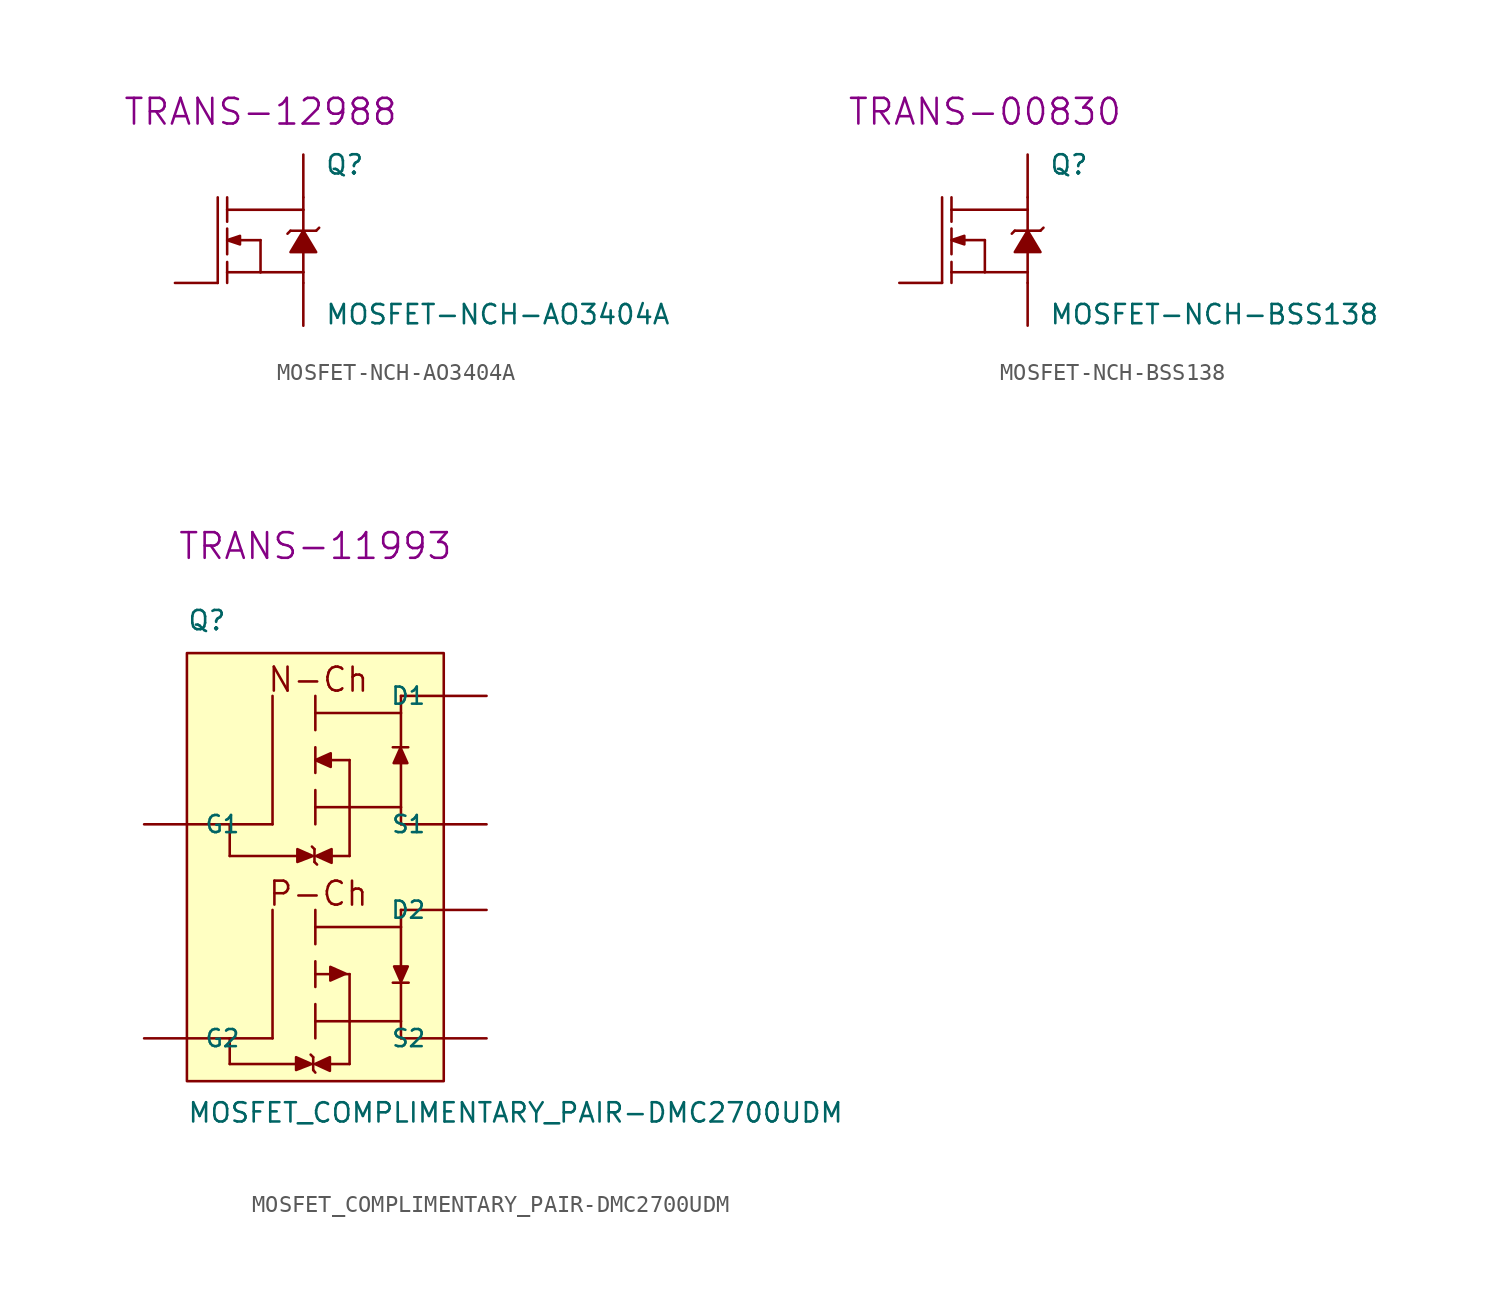
<source format=kicad_sym>
(kicad_symbol_lib
  (version 20220914)
  (generator kicad_symbol_editor)
  (symbol "MOSFET-NCH-AO3404A"
    (pin_numbers hide)
    (pin_names
      (offset 1.016) hide)
    (property "Reference" "Q"
      (at 3.81 3.81 0)
      (effects (font (size 1.143 1.143)) (justify left bottom)))
    (property "Value" "MOSFET-NCH-AO3404A"
      (at 3.81 -5.08 0)
      (effects (font (size 1.143 1.143)) (justify left bottom)))
    (property "Field4" "TRANS-12988"
      (at 0 7.62 0)
      (effects (font (size 1.524 1.524))))
    (property "ki_locked" ""
      (at 0 0 0)
      (effects (font (size 1.27 1.27))))
    (symbol "MOSFET-NCH-AO3404A_1_0"
      (polyline (pts (xy -2.54 -2.54) (xy -2.54 2.54)) (stroke (width 0) (type solid)) (fill (type none)))
      (polyline (pts (xy -1.981 -1.905) (xy -1.981 -2.54)) (stroke (width 0) (type solid)) (fill (type none)))
      (polyline (pts (xy -1.981 -1.905) (xy 0 -1.905)) (stroke (width 0) (type solid)) (fill (type none)))
      (polyline (pts (xy -1.981 -1.295) (xy -1.981 -1.905)) (stroke (width 0) (type solid)) (fill (type none)))
      (polyline (pts (xy -1.981 0.686) (xy -1.981 -0.838)) (stroke (width 0) (type solid)) (fill (type none)))
      (polyline (pts (xy -1.981 1.803) (xy -1.981 1.092)) (stroke (width 0) (type solid)) (fill (type none)))
      (polyline (pts (xy -1.981 1.803) (xy 2.54 1.803)) (stroke (width 0) (type solid)) (fill (type none)))
      (polyline (pts (xy -1.981 2.54) (xy -1.981 1.803)) (stroke (width 0) (type solid)) (fill (type none)))
      (polyline (pts (xy 0 -1.905) (xy 0 0)) (stroke (width 0) (type solid)) (fill (type none)))
      (polyline (pts (xy 0 0) (xy -1.219 0)) (stroke (width 0) (type solid)) (fill (type none)))
      (polyline (pts (xy 1.6 0.381) (xy 1.778 0.559)) (stroke (width 0) (type solid)) (fill (type none)))
      (polyline (pts (xy 2.54 -2.54) (xy 2.54 -1.905)) (stroke (width 0) (type solid)) (fill (type none)))
      (polyline (pts (xy 2.54 -1.905) (xy 0 -1.905)) (stroke (width 0) (type solid)) (fill (type none)))
      (polyline (pts (xy 2.54 -0.711) (xy 2.54 -1.905)) (stroke (width 0) (type solid)) (fill (type none)))
      (polyline (pts (xy 2.54 0.559) (xy 1.778 0.559)) (stroke (width 0) (type solid)) (fill (type none)))
      (polyline (pts (xy 2.54 0.559) (xy 3.302 0.559)) (stroke (width 0) (type solid)) (fill (type none)))
      (polyline (pts (xy 2.54 1.803) (xy 2.54 0.559)) (stroke (width 0) (type solid)) (fill (type none)))
      (polyline (pts (xy 2.54 2.54) (xy 2.54 1.803)) (stroke (width 0) (type solid)) (fill (type none)))
      (polyline (pts (xy 3.302 0.559) (xy 3.48 0.737)) (stroke (width 0) (type solid)) (fill (type none))))
    (symbol "MOSFET-NCH-AO3404A_1_1"
      (polyline (pts (xy -1.981 0) (xy -1.219 0.254) (xy -1.219 0.254) (xy -1.219 -0.254) (xy -1.219 -0.254) (xy -1.981 0)) (stroke (width 0) (type solid)) (fill (type outline)))
      (polyline (pts (xy 1.778 -0.711) (xy 2.54 0.559) (xy 2.54 0.559) (xy 3.302 -0.711) (xy 3.302 -0.711) (xy 1.778 -0.711)) (stroke (width 0) (type solid)) (fill (type outline)))
      (pin bidirectional line (at -5.08 -2.54 0) (length 2.54) (name "G" (effects (font (size 1.016 1.016)))) (number "1" (effects (font (size 1.016 1.016)))))
      (pin bidirectional line (at 2.54 -5.08 90) (length 2.54) (name "S" (effects (font (size 1.016 1.016)))) (number "2" (effects (font (size 1.016 1.016)))))
      (pin bidirectional line (at 2.54 5.08 270) (length 2.54) (name "D" (effects (font (size 1.016 1.016)))) (number "3" (effects (font (size 1.016 1.016)))))))
  (symbol "MOSFET-NCH-BSS138"
    (pin_numbers hide)
    (pin_names
      (offset 1.016) hide)
    (property "Reference" "Q"
      (at 3.81 3.81 0)
      (effects (font (size 1.143 1.143)) (justify left bottom)))
    (property "Value" "MOSFET-NCH-BSS138"
      (at 3.81 -5.08 0)
      (effects (font (size 1.143 1.143)) (justify left bottom)))
    (property "Field4" "TRANS-00830"
      (at 0 7.62 0)
      (effects (font (size 1.524 1.524))))
    (property "ki_locked" ""
      (at 0 0 0)
      (effects (font (size 1.27 1.27))))
    (symbol "MOSFET-NCH-BSS138_1_0"
      (polyline (pts (xy -2.54 -2.54) (xy -2.54 2.54)) (stroke (width 0) (type solid)) (fill (type none)))
      (polyline (pts (xy -1.981 -1.905) (xy -1.981 -2.54)) (stroke (width 0) (type solid)) (fill (type none)))
      (polyline (pts (xy -1.981 -1.905) (xy 0 -1.905)) (stroke (width 0) (type solid)) (fill (type none)))
      (polyline (pts (xy -1.981 -1.295) (xy -1.981 -1.905)) (stroke (width 0) (type solid)) (fill (type none)))
      (polyline (pts (xy -1.981 0.686) (xy -1.981 -0.838)) (stroke (width 0) (type solid)) (fill (type none)))
      (polyline (pts (xy -1.981 1.803) (xy -1.981 1.092)) (stroke (width 0) (type solid)) (fill (type none)))
      (polyline (pts (xy -1.981 1.803) (xy 2.54 1.803)) (stroke (width 0) (type solid)) (fill (type none)))
      (polyline (pts (xy -1.981 2.54) (xy -1.981 1.803)) (stroke (width 0) (type solid)) (fill (type none)))
      (polyline (pts (xy 0 -1.905) (xy 0 0)) (stroke (width 0) (type solid)) (fill (type none)))
      (polyline (pts (xy 0 0) (xy -1.219 0)) (stroke (width 0) (type solid)) (fill (type none)))
      (polyline (pts (xy 1.6 0.381) (xy 1.778 0.559)) (stroke (width 0) (type solid)) (fill (type none)))
      (polyline (pts (xy 2.54 -2.54) (xy 2.54 -1.905)) (stroke (width 0) (type solid)) (fill (type none)))
      (polyline (pts (xy 2.54 -1.905) (xy 0 -1.905)) (stroke (width 0) (type solid)) (fill (type none)))
      (polyline (pts (xy 2.54 -0.711) (xy 2.54 -1.905)) (stroke (width 0) (type solid)) (fill (type none)))
      (polyline (pts (xy 2.54 0.559) (xy 1.778 0.559)) (stroke (width 0) (type solid)) (fill (type none)))
      (polyline (pts (xy 2.54 0.559) (xy 3.302 0.559)) (stroke (width 0) (type solid)) (fill (type none)))
      (polyline (pts (xy 2.54 1.803) (xy 2.54 0.559)) (stroke (width 0) (type solid)) (fill (type none)))
      (polyline (pts (xy 2.54 2.54) (xy 2.54 1.803)) (stroke (width 0) (type solid)) (fill (type none)))
      (polyline (pts (xy 3.302 0.559) (xy 3.48 0.737)) (stroke (width 0) (type solid)) (fill (type none))))
    (symbol "MOSFET-NCH-BSS138_1_1"
      (polyline (pts (xy -1.981 0) (xy -1.219 0.254) (xy -1.219 0.254) (xy -1.219 -0.254) (xy -1.219 -0.254) (xy -1.981 0)) (stroke (width 0) (type solid)) (fill (type outline)))
      (polyline (pts (xy 1.778 -0.711) (xy 2.54 0.559) (xy 2.54 0.559) (xy 3.302 -0.711) (xy 3.302 -0.711) (xy 1.778 -0.711)) (stroke (width 0) (type solid)) (fill (type outline)))
      (pin bidirectional line (at -5.08 -2.54 0) (length 2.54) (name "G" (effects (font (size 1.016 1.016)))) (number "1" (effects (font (size 1.016 1.016)))))
      (pin bidirectional line (at 2.54 -5.08 90) (length 2.54) (name "S" (effects (font (size 1.016 1.016)))) (number "2" (effects (font (size 1.016 1.016)))))
      (pin bidirectional line (at 2.54 5.08 270) (length 2.54) (name "D" (effects (font (size 1.016 1.016)))) (number "3" (effects (font (size 1.016 1.016)))))))
  (symbol "MOSFET_COMPLIMENTARY_PAIR-DMC2700UDM"
    (pin_numbers hide)
    (pin_names
      (offset 1.016))
    (property "Reference" "Q"
      (at -7.62 13.97 0)
      (effects (font (size 1.143 1.143)) (justify left bottom)))
    (property "Value" "MOSFET_COMPLIMENTARY_PAIR-DMC2700UDM"
      (at -7.62 -15.24 0)
      (effects (font (size 1.143 1.143)) (justify left bottom)))
    (property "Field4" "TRANS-11993"
      (at 0 19.05 0)
      (effects (font (size 1.524 1.524))))
    (property "ki_locked" ""
      (at 0 0 0)
      (effects (font (size 1.27 1.27))))
    (symbol "MOSFET_COMPLIMENTARY_PAIR-DMC2700UDM_1_0"
      (polyline (pts (xy -7.62 -10.16) (xy -5.08 -10.16)) (stroke (width 0) (type solid)) (fill (type none)))
      (polyline (pts (xy -5.08 -10.16) (xy -5.08 -11.684)) (stroke (width 0) (type solid)) (fill (type none)))
      (polyline (pts (xy -5.08 -10.16) (xy -2.54 -10.16)) (stroke (width 0) (type solid)) (fill (type none)))
      (polyline (pts (xy -5.08 2.54) (xy -7.62 2.54)) (stroke (width 0) (type solid)) (fill (type none)))
      (polyline (pts (xy -5.08 2.54) (xy -5.08 0.66)) (stroke (width 0) (type solid)) (fill (type none)))
      (polyline (pts (xy -2.54 -10.16) (xy -2.54 -2.54)) (stroke (width 0) (type solid)) (fill (type none)))
      (polyline (pts (xy -2.54 2.54) (xy -5.08 2.54)) (stroke (width 0) (type solid)) (fill (type none)))
      (polyline (pts (xy -2.54 2.54) (xy -2.54 10.16)) (stroke (width 0) (type solid)) (fill (type none)))
      (polyline (pts (xy -1.168 -11.684) (xy -5.08 -11.684)) (stroke (width 0) (type solid)) (fill (type none)))
      (polyline (pts (xy -1.067 0.66) (xy -5.08 0.66)) (stroke (width 0) (type solid)) (fill (type none)))
      (polyline (pts (xy -0.127 -12.04) (xy 0 -12.192)) (stroke (width 0) (type solid)) (fill (type none)))
      (polyline (pts (xy -0.127 -11.278) (xy -0.279 -11.125)) (stroke (width 0) (type solid)) (fill (type none)))
      (polyline (pts (xy -0.127 -11.278) (xy -0.127 -12.04)) (stroke (width 0) (type solid)) (fill (type none)))
      (polyline (pts (xy -0.051 0.305) (xy 0.102 0.152)) (stroke (width 0) (type solid)) (fill (type none)))
      (polyline (pts (xy -0.051 1.067) (xy -0.203 1.219)) (stroke (width 0) (type solid)) (fill (type none)))
      (polyline (pts (xy -0.051 1.067) (xy -0.051 0.305)) (stroke (width 0) (type solid)) (fill (type none)))
      (polyline (pts (xy 0 -9.144) (xy 0 -10.16)) (stroke (width 0) (type solid)) (fill (type none)))
      (polyline (pts (xy 0 -9.144) (xy 2.032 -9.144)) (stroke (width 0) (type solid)) (fill (type none)))
      (polyline (pts (xy 0 -8.128) (xy 0 -9.144)) (stroke (width 0) (type solid)) (fill (type none)))
      (polyline (pts (xy 0 -6.35) (xy 0 -7.112)) (stroke (width 0) (type solid)) (fill (type none)))
      (polyline (pts (xy 0 -5.588) (xy 0 -6.35)) (stroke (width 0) (type solid)) (fill (type none)))
      (polyline (pts (xy 0 -3.556) (xy 0 -4.572)) (stroke (width 0) (type solid)) (fill (type none)))
      (polyline (pts (xy 0 -3.556) (xy 5.08 -3.556)) (stroke (width 0) (type solid)) (fill (type none)))
      (polyline (pts (xy 0 -2.54) (xy 0 -3.556)) (stroke (width 0) (type solid)) (fill (type none)))
      (polyline (pts (xy 0 3.556) (xy 0 2.54)) (stroke (width 0) (type solid)) (fill (type none)))
      (polyline (pts (xy 0 3.556) (xy 2.032 3.556)) (stroke (width 0) (type solid)) (fill (type none)))
      (polyline (pts (xy 0 4.572) (xy 0 3.556)) (stroke (width 0) (type solid)) (fill (type none)))
      (polyline (pts (xy 0 7.112) (xy 0 5.588)) (stroke (width 0) (type solid)) (fill (type none)))
      (polyline (pts (xy 0 9.144) (xy 0 8.128)) (stroke (width 0) (type solid)) (fill (type none)))
      (polyline (pts (xy 0 9.144) (xy 5.08 9.144)) (stroke (width 0) (type solid)) (fill (type none)))
      (polyline (pts (xy 0 10.16) (xy 0 9.144)) (stroke (width 0) (type solid)) (fill (type none)))
      (polyline (pts (xy 0.889 -11.684) (xy 2.032 -11.684)) (stroke (width 0) (type solid)) (fill (type none)))
      (polyline (pts (xy 0.965 0.66) (xy 2.032 0.66)) (stroke (width 0) (type solid)) (fill (type none)))
      (polyline (pts (xy 1.27 -6.35) (xy 0 -6.35)) (stroke (width 0) (type solid)) (fill (type none)))
      (polyline (pts (xy 2.032 -9.144) (xy 2.032 -11.684)) (stroke (width 0) (type solid)) (fill (type none)))
      (polyline (pts (xy 2.032 -9.144) (xy 2.032 -6.35)) (stroke (width 0) (type solid)) (fill (type none)))
      (polyline (pts (xy 2.032 -6.35) (xy 1.778 -6.35)) (stroke (width 0) (type solid)) (fill (type none)))
      (polyline (pts (xy 2.032 3.556) (xy 2.032 0.66)) (stroke (width 0) (type solid)) (fill (type none)))
      (polyline (pts (xy 2.032 3.556) (xy 2.032 6.35)) (stroke (width 0) (type solid)) (fill (type none)))
      (polyline (pts (xy 2.032 6.35) (xy 0.914 6.35)) (stroke (width 0) (type solid)) (fill (type none)))
      (polyline (pts (xy 4.597 -6.858) (xy 5.08 -6.858)) (stroke (width 0) (type solid)) (fill (type none)))
      (polyline (pts (xy 5.08 -10.16) (xy 5.08 -9.144)) (stroke (width 0) (type solid)) (fill (type none)))
      (polyline (pts (xy 5.08 -9.144) (xy 2.032 -9.144)) (stroke (width 0) (type solid)) (fill (type none)))
      (polyline (pts (xy 5.08 -6.858) (xy 5.08 -9.144)) (stroke (width 0) (type solid)) (fill (type none)))
      (polyline (pts (xy 5.08 -6.858) (xy 5.537 -6.858)) (stroke (width 0) (type solid)) (fill (type none)))
      (polyline (pts (xy 5.08 -3.556) (xy 5.08 -5.867)) (stroke (width 0) (type solid)) (fill (type none)))
      (polyline (pts (xy 5.08 -2.54) (xy 5.08 -3.556)) (stroke (width 0) (type solid)) (fill (type none)))
      (polyline (pts (xy 5.08 2.54) (xy 5.08 3.556)) (stroke (width 0) (type solid)) (fill (type none)))
      (polyline (pts (xy 5.08 3.556) (xy 2.032 3.556)) (stroke (width 0) (type solid)) (fill (type none)))
      (polyline (pts (xy 5.08 6.121) (xy 5.08 3.556)) (stroke (width 0) (type solid)) (fill (type none)))
      (polyline (pts (xy 5.08 7.112) (xy 4.597 7.112)) (stroke (width 0) (type solid)) (fill (type none)))
      (polyline (pts (xy 5.08 7.112) (xy 5.512 7.112)) (stroke (width 0) (type solid)) (fill (type none)))
      (polyline (pts (xy 5.08 9.144) (xy 5.08 7.112)) (stroke (width 0) (type solid)) (fill (type none)))
      (polyline (pts (xy 5.08 10.16) (xy 5.08 9.144)) (stroke (width 0) (type solid)) (fill (type none)))
      (polyline (pts (xy 7.62 -10.16) (xy 5.08 -10.16)) (stroke (width 0) (type solid)) (fill (type none)))
      (polyline (pts (xy 7.62 -2.54) (xy 5.08 -2.54)) (stroke (width 0) (type solid)) (fill (type none)))
      (polyline (pts (xy 7.62 2.54) (xy 5.08 2.54)) (stroke (width 0) (type solid)) (fill (type none)))
      (polyline (pts (xy 7.62 10.16) (xy 5.08 10.16)) (stroke (width 0) (type solid)) (fill (type none)))
      (text "N-Ch" (at 0.178 11.125 0) (effects (font (size 1.422 1.422))))
      (text "P-Ch" (at 0.178 -1.575 0) (effects (font (size 1.422 1.422)))))
    (symbol "MOSFET_COMPLIMENTARY_PAIR-DMC2700UDM_1_1"
      (polyline (pts (xy -0.229 -11.684) (xy -1.143 -12.04) (xy -1.143 -12.04) (xy -1.143 -11.278) (xy -1.143 -11.278) (xy -0.229 -11.684)) (stroke (width 0) (type solid)) (fill (type outline)))
      (polyline (pts (xy -0.152 0.66) (xy -1.067 0.305) (xy -1.067 0.305) (xy -1.067 1.067) (xy -1.067 1.067) (xy -0.152 0.66)) (stroke (width 0) (type solid)) (fill (type outline)))
      (polyline (pts (xy -0.025 -11.684) (xy 0.864 -11.278) (xy 0.864 -11.278) (xy 0.864 -12.09) (xy 0.864 -12.09) (xy -0.025 -11.684)) (stroke (width 0) (type solid)) (fill (type outline)))
      (polyline (pts (xy 0 6.35) (xy 0.914 6.756) (xy 0.914 6.756) (xy 0.914 5.944) (xy 0.914 5.944) (xy 0 6.35)) (stroke (width 0) (type solid)) (fill (type outline)))
      (polyline (pts (xy 0.051 0.66) (xy 0.965 1.067) (xy 0.965 1.067) (xy 0.965 0.254) (xy 0.965 0.254) (xy 0.051 0.66)) (stroke (width 0) (type solid)) (fill (type outline)))
      (polyline (pts (xy 1.803 -6.325) (xy 0.889 -6.731) (xy 0.889 -6.731) (xy 0.889 -5.918) (xy 0.889 -5.918) (xy 1.803 -6.325)) (stroke (width 0) (type solid)) (fill (type outline)))
      (polyline (pts (xy 5.055 7.087) (xy 5.461 6.172) (xy 5.461 6.172) (xy 4.648 6.172) (xy 4.648 6.172) (xy 5.055 7.087)) (stroke (width 0) (type solid)) (fill (type outline)))
      (polyline (pts (xy 5.08 -6.807) (xy 4.674 -5.893) (xy 4.674 -5.893) (xy 5.486 -5.893) (xy 5.486 -5.893) (xy 5.08 -6.807)) (stroke (width 0) (type solid)) (fill (type outline)))
      (polyline (pts (xy -7.62 12.7) (xy -7.62 2.54) (xy -7.62 -10.16) (xy -7.62 -12.7) (xy 7.62 -12.7) (xy 7.62 -10.16) (xy 7.62 -2.54) (xy 7.62 2.54) (xy 7.62 10.16) (xy 7.62 12.7) (xy -7.62 12.7)) (stroke (width 0) (type solid)) (fill (type background)))
      (pin bidirectional line (at 10.16 10.16 180) (length 2.54) (name "D1" (effects (font (size 1.016 1.016)))) (number "D1" (effects (font (size 1.016 1.016)))))
      (pin bidirectional line (at 10.16 -2.54 180) (length 2.54) (name "D2" (effects (font (size 1.016 1.016)))) (number "D2" (effects (font (size 1.016 1.016)))))
      (pin bidirectional line (at -10.16 2.54 0) (length 2.54) (name "G1" (effects (font (size 1.016 1.016)))) (number "G1" (effects (font (size 1.016 1.016)))))
      (pin bidirectional line (at -10.16 -10.16 0) (length 2.54) (name "G2" (effects (font (size 1.016 1.016)))) (number "G2" (effects (font (size 1.016 1.016)))))
      (pin bidirectional line (at 10.16 2.54 180) (length 2.54) (name "S1" (effects (font (size 1.016 1.016)))) (number "S1" (effects (font (size 1.016 1.016)))))
      (pin bidirectional line (at 10.16 -10.16 180) (length 2.54) (name "S2" (effects (font (size 1.016 1.016)))) (number "S2" (effects (font (size 1.016 1.016))))))))
</source>
